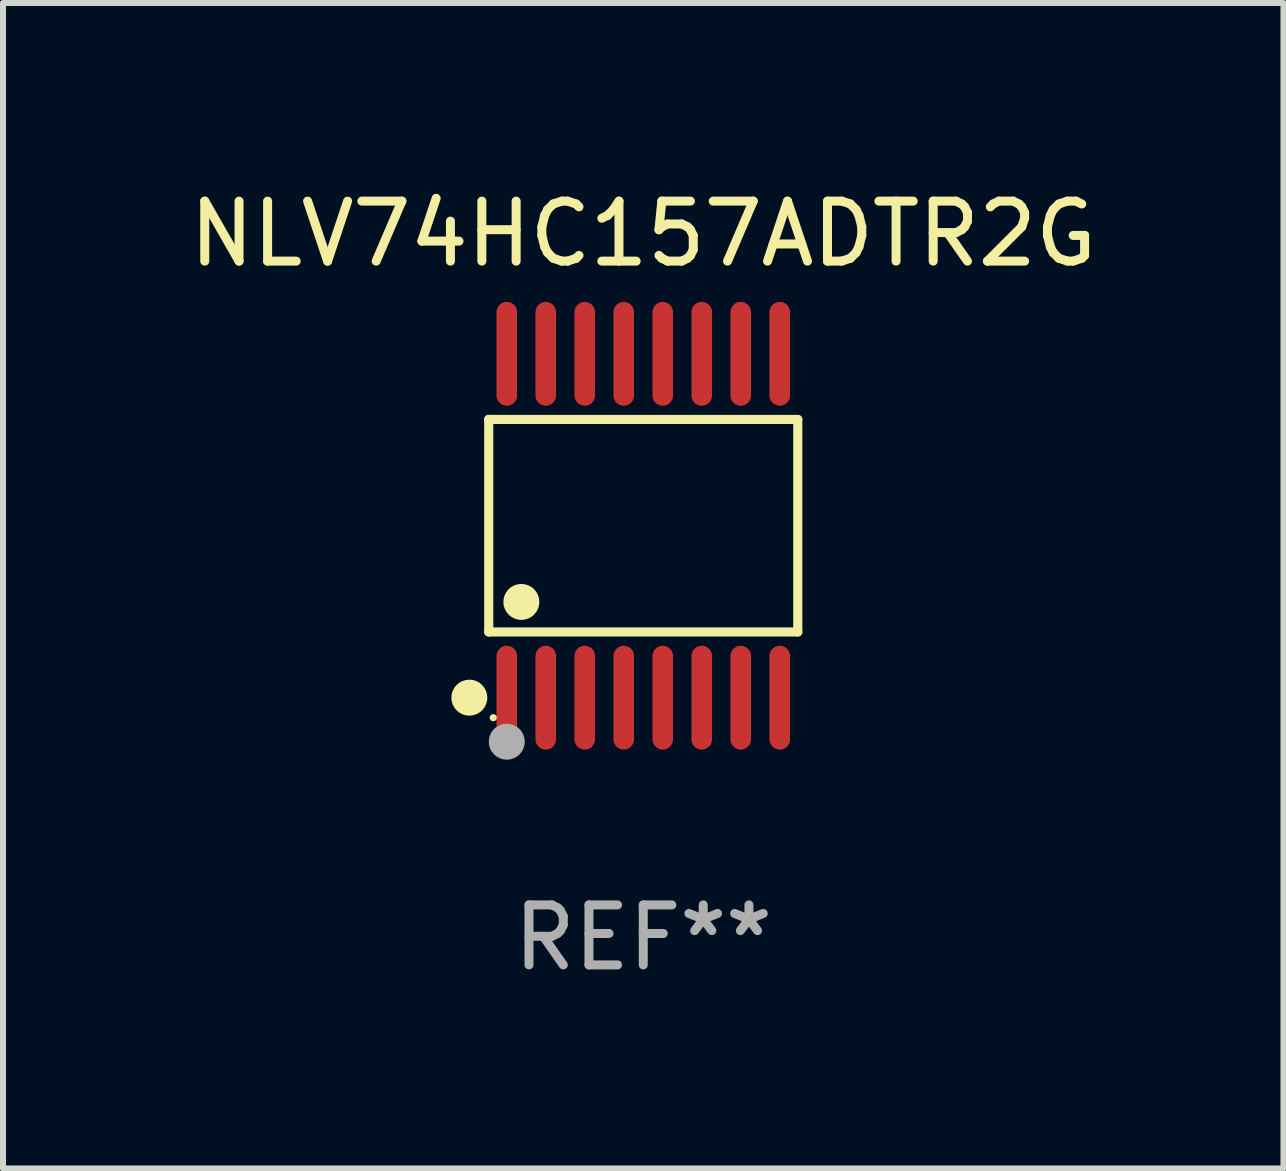
<source format=kicad_pcb>
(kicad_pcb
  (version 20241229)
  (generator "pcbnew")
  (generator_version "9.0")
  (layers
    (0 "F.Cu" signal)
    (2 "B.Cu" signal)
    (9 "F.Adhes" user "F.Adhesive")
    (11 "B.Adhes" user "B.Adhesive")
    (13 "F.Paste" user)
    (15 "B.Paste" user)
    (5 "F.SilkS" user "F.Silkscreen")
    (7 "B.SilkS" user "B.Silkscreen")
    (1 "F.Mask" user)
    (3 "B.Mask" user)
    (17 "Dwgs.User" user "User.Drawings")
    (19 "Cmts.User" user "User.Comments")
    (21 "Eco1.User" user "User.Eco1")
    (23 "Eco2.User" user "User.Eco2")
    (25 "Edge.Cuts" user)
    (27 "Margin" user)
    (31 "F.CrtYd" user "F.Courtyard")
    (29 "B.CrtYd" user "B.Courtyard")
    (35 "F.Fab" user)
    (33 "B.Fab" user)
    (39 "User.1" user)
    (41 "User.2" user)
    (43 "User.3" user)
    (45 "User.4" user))
  (footprint "NLV74HC157ADTR2G"
    (layer "F.Cu")
    (at 7.673 5.714)
    (property "Reference" "NLV74HC157ADTR2G" (at 0 -4.866 0) (layer "F.SilkS") (effects (font (size 1 1) (thickness 0.15))))
    (attr through_hole)
    (fp_line (start -2.576 -1.772) (end 2.576 -1.772) (stroke (width 0.152) (type solid)) (layer "F.SilkS"))
    (fp_line (start -2.576 1.771) (end -2.576 -1.772) (stroke (width 0.152) (type solid)) (layer "F.SilkS"))
    (fp_line (start 2.576 -1.772) (end 2.576 1.771) (stroke (width 0.152) (type solid)) (layer "F.SilkS"))
    (fp_line (start 2.576 1.771) (end -2.576 1.771) (stroke (width 0.152) (type solid)) (layer "F.SilkS"))
    (fp_circle (center -2.899 2.866) (end -2.749 2.866) (stroke (width 0.3) (type solid)) (fill no) (layer "F.SilkS"))
    (fp_circle (center -2.5 3.2) (end -2.47 3.2) (stroke (width 0.06) (type solid)) (fill no) (layer "F.SilkS"))
    (fp_circle (center -2.032 1.27) (end -1.882 1.27) (stroke (width 0.3) (type solid)) (fill no) (layer "F.SilkS"))
    (fp_circle (center -2.275 3.6) (end -2.125 3.6) (stroke (width 0.3) (type solid)) (fill no) (layer "F.Fab"))
    (fp_text user "REF**" (at 0 6.866 0) (layer "F.Fab") (effects (font (size 1 1) (thickness 0.15))))
    (pad "1" smd oval (at -2.275 2.866) (size 0.343 1.731) (layers "F.Cu" "F.Mask" "F.Paste"))
    (pad "2" smd oval (at -1.625 2.866) (size 0.343 1.731) (layers "F.Cu" "F.Mask" "F.Paste"))
    (pad "3" smd oval (at -0.975 2.866) (size 0.343 1.731) (layers "F.Cu" "F.Mask" "F.Paste"))
    (pad "4" smd oval (at -0.325 2.866) (size 0.343 1.731) (layers "F.Cu" "F.Mask" "F.Paste"))
    (pad "5" smd oval (at 0.325 2.866) (size 0.343 1.731) (layers "F.Cu" "F.Mask" "F.Paste"))
    (pad "6" smd oval (at 0.975 2.866) (size 0.343 1.731) (layers "F.Cu" "F.Mask" "F.Paste"))
    (pad "7" smd oval (at 1.625 2.866) (size 0.343 1.731) (layers "F.Cu" "F.Mask" "F.Paste"))
    (pad "8" smd oval (at 2.275 2.866) (size 0.343 1.731) (layers "F.Cu" "F.Mask" "F.Paste"))
    (pad "9" smd oval (at 2.275 -2.866) (size 0.343 1.731) (layers "F.Cu" "F.Mask" "F.Paste"))
    (pad "10" smd oval (at 1.625 -2.866) (size 0.343 1.731) (layers "F.Cu" "F.Mask" "F.Paste"))
    (pad "11" smd oval (at 0.975 -2.866) (size 0.343 1.731) (layers "F.Cu" "F.Mask" "F.Paste"))
    (pad "12" smd oval (at 0.325 -2.866) (size 0.343 1.731) (layers "F.Cu" "F.Mask" "F.Paste"))
    (pad "13" smd oval (at -0.325 -2.866) (size 0.343 1.731) (layers "F.Cu" "F.Mask" "F.Paste"))
    (pad "14" smd oval (at -0.975 -2.866) (size 0.343 1.731) (layers "F.Cu" "F.Mask" "F.Paste"))
    (pad "15" smd oval (at -1.625 -2.866) (size 0.343 1.731) (layers "F.Cu" "F.Mask" "F.Paste"))
    (pad "16" smd oval (at -2.275 -2.866) (size 0.343 1.731) (layers "F.Cu" "F.Mask" "F.Paste")))
  (gr_rect
    (start -3 -3)
    (end 18.345 16.428)
    (stroke (width 0.1) (type default))
    (fill no)
    (layer "Edge.Cuts")))
</source>
